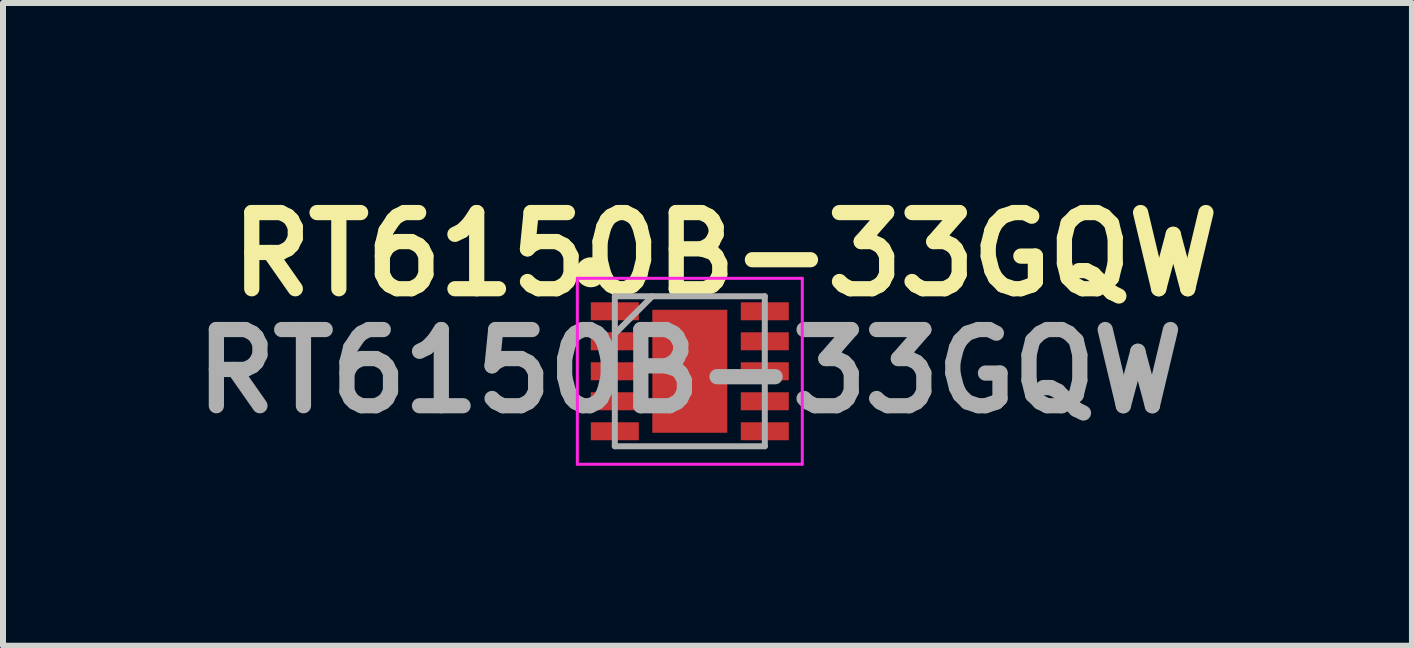
<source format=kicad_pcb>
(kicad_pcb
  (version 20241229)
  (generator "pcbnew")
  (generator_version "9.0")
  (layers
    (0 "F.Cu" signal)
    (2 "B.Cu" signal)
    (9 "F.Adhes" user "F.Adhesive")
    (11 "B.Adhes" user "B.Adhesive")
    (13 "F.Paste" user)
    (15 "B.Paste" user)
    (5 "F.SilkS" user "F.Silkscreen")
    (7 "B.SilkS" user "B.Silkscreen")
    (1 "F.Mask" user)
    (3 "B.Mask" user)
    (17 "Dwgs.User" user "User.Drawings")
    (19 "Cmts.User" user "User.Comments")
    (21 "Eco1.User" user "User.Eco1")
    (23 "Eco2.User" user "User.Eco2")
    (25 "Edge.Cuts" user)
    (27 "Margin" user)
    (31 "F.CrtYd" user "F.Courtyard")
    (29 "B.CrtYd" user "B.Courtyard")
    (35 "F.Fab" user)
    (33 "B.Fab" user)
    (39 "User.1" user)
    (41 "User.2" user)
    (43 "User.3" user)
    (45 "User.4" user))
  (footprint "RT6150B-33GQW"
    (layer "F.Cu")
    (at 8.449 3.139)
    (property "Reference" "RT6150B-33GQW" (at 0.59 -1.95 0) (layer "F.SilkS") (effects (font (size 1.27 1.27) (thickness 0.254))))
    (attr smd)
    (fp_circle (center -1.65 -1.65) (end -1.65 -1.525) (stroke (width 0.25) (type solid)) (fill no) (layer "F.SilkS"))
    (fp_line (start -1.875 -1.55) (end 1.875 -1.55) (stroke (width 0.05) (type solid)) (layer "F.CrtYd"))
    (fp_line (start -1.875 1.55) (end -1.875 -1.55) (stroke (width 0.05) (type solid)) (layer "F.CrtYd"))
    (fp_line (start 1.875 -1.55) (end 1.875 1.55) (stroke (width 0.05) (type solid)) (layer "F.CrtYd"))
    (fp_line (start 1.875 1.55) (end -1.875 1.55) (stroke (width 0.05) (type solid)) (layer "F.CrtYd"))
    (fp_line (start -1.25 -1.25) (end 1.25 -1.25) (stroke (width 0.1) (type solid)) (layer "F.Fab"))
    (fp_line (start -1.25 -0.625) (end -0.625 -1.25) (stroke (width 0.1) (type solid)) (layer "F.Fab"))
    (fp_line (start -1.25 1.25) (end -1.25 -1.25) (stroke (width 0.1) (type solid)) (layer "F.Fab"))
    (fp_line (start 1.25 -1.25) (end 1.25 1.25) (stroke (width 0.1) (type solid)) (layer "F.Fab"))
    (fp_line (start 1.25 1.25) (end -1.25 1.25) (stroke (width 0.1) (type solid)) (layer "F.Fab"))
    (fp_text user "${REFERENCE}" (at 0 0 0) (layer "F.Fab") (effects (font (size 1.27 1.27) (thickness 0.254))))
    (pad "1" smd rect (at -1.25 -1 90) (size 0.3 0.8) (layers "F.Cu" "F.Mask" "F.Paste"))
    (pad "2" smd rect (at -1.25 -0.5 90) (size 0.3 0.8) (layers "F.Cu" "F.Mask" "F.Paste"))
    (pad "3" smd rect (at -1.25 0 90) (size 0.3 0.8) (layers "F.Cu" "F.Mask" "F.Paste"))
    (pad "4" smd rect (at -1.25 0.5 90) (size 0.3 0.8) (layers "F.Cu" "F.Mask" "F.Paste"))
    (pad "5" smd rect (at -1.25 1 90) (size 0.3 0.8) (layers "F.Cu" "F.Mask" "F.Paste"))
    (pad "6" smd rect (at 1.25 1 90) (size 0.3 0.8) (layers "F.Cu" "F.Mask" "F.Paste"))
    (pad "7" smd rect (at 1.25 0.5 90) (size 0.3 0.8) (layers "F.Cu" "F.Mask" "F.Paste"))
    (pad "8" smd rect (at 1.25 0 90) (size 0.3 0.8) (layers "F.Cu" "F.Mask" "F.Paste"))
    (pad "9" smd rect (at 1.25 -0.5 90) (size 0.3 0.8) (layers "F.Cu" "F.Mask" "F.Paste"))
    (pad "10" smd rect (at 1.25 -1 90) (size 0.3 0.8) (layers "F.Cu" "F.Mask" "F.Paste"))
    (pad "11" smd rect (at 0 0) (size 1.25 2.05) (layers "F.Cu" "F.Mask" "F.Paste")))
  (gr_rect
    (start -3 -3)
    (end 20.487 7.714)
    (stroke (width 0.1) (type default))
    (fill no)
    (layer "Edge.Cuts")))
</source>
